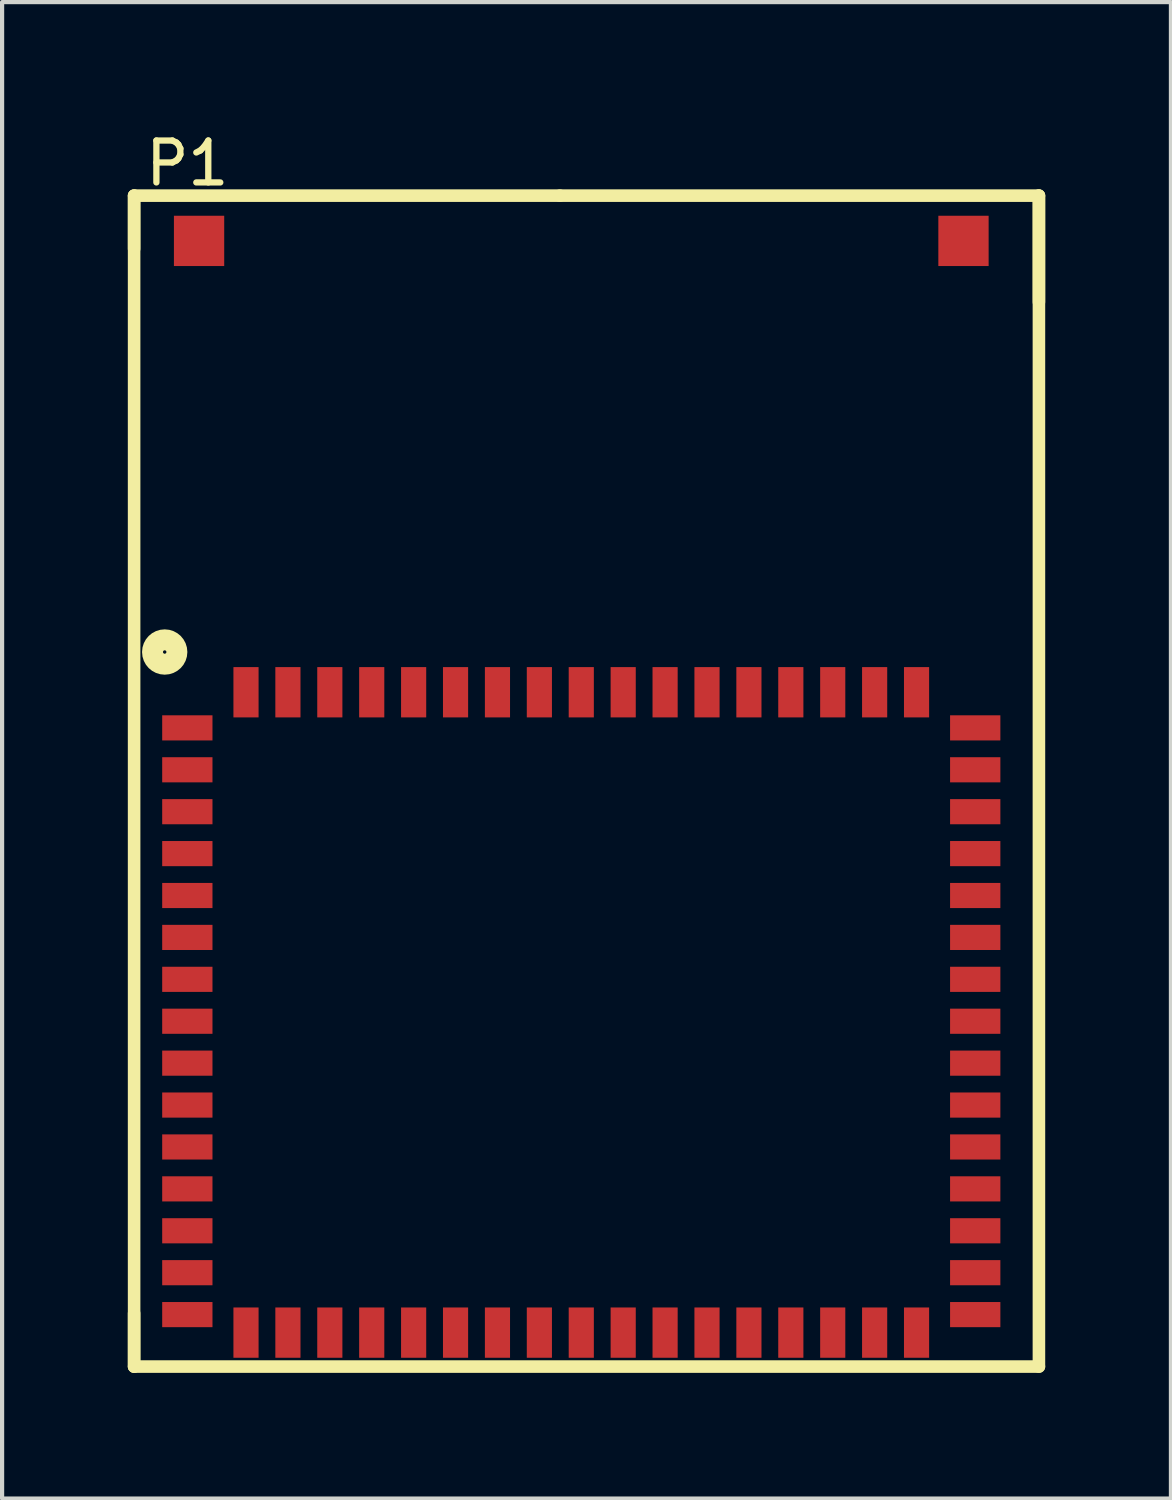
<source format=kicad_pcb>
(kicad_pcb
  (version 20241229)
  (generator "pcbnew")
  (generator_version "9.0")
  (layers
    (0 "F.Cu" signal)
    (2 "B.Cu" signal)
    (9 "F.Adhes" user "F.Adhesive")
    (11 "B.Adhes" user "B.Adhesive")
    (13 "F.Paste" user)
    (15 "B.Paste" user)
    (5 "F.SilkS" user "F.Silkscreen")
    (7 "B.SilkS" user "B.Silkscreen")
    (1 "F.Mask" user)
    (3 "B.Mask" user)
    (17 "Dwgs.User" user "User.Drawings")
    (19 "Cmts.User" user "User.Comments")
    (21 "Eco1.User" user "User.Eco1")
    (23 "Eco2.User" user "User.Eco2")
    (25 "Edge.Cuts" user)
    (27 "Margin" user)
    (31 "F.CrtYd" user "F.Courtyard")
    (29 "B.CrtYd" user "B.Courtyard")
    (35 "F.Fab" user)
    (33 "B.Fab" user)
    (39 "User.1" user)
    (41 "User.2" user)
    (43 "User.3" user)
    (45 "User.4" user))
  (footprint "P1"
    (layer "F.Cu")
    (at 1.42 14.318)
    (property "Reference" "P1" (at 0 -13.47 0) (layer "F.SilkS") (effects (font (size 1 1) (thickness 0.15))))
    (attr through_hole)
    (fp_line (start -1.27 -12.7) (end 8.89 -12.7) (stroke (width 0.3) (type solid)) (layer "F.SilkS"))
    (fp_line (start -1.27 -11.43) (end -1.27 -12.7) (stroke (width 0.3) (type solid)) (layer "F.SilkS"))
    (fp_line (start -1.27 15.24) (end -1.27 -12.7) (stroke (width 0.3) (type solid)) (layer "F.SilkS"))
    (fp_line (start -1.27 15.24) (end -1.27 13.97) (stroke (width 0.3) (type solid)) (layer "F.SilkS"))
    (fp_line (start 8.89 -12.7) (end 20.32 -12.7) (stroke (width 0.3) (type solid)) (layer "F.SilkS"))
    (fp_line (start 20.32 -12.7) (end 20.32 -10.16) (stroke (width 0.3) (type solid)) (layer "F.SilkS"))
    (fp_line (start 20.32 -12.7) (end 20.32 15.24) (stroke (width 0.3) (type solid)) (layer "F.SilkS"))
    (fp_line (start 20.32 15.24) (end -1.27 15.24) (stroke (width 0.3) (type solid)) (layer "F.SilkS"))
    (fp_circle (center -0.54 -1.81) (end -0.28 -1.68) (stroke (width 0.5) (type solid)) (fill no) (layer "F.SilkS"))
    (pad "1" smd rect (at 0 0) (size 1.2 0.6) (layers "F.Cu" "F.Mask" "F.Paste"))
    (pad "2" smd rect (at 0 1) (size 1.2 0.6) (layers "F.Cu" "F.Mask" "F.Paste"))
    (pad "3" smd rect (at 0 2) (size 1.2 0.6) (layers "F.Cu" "F.Mask" "F.Paste"))
    (pad "4" smd rect (at 0 3) (size 1.2 0.6) (layers "F.Cu" "F.Mask" "F.Paste"))
    (pad "5" smd rect (at 0 4) (size 1.2 0.6) (layers "F.Cu" "F.Mask" "F.Paste"))
    (pad "6" smd rect (at 0 5) (size 1.2 0.6) (layers "F.Cu" "F.Mask" "F.Paste"))
    (pad "7" smd rect (at 0 6) (size 1.2 0.6) (layers "F.Cu" "F.Mask" "F.Paste"))
    (pad "8" smd rect (at 0 7) (size 1.2 0.6) (layers "F.Cu" "F.Mask" "F.Paste"))
    (pad "9" smd rect (at 0 8) (size 1.2 0.6) (layers "F.Cu" "F.Mask" "F.Paste"))
    (pad "10" smd rect (at 0 9) (size 1.2 0.6) (layers "F.Cu" "F.Mask" "F.Paste"))
    (pad "11" smd rect (at 0 10) (size 1.2 0.6) (layers "F.Cu" "F.Mask" "F.Paste"))
    (pad "12" smd rect (at 0 11) (size 1.2 0.6) (layers "F.Cu" "F.Mask" "F.Paste"))
    (pad "13" smd rect (at 0 12) (size 1.2 0.6) (layers "F.Cu" "F.Mask" "F.Paste"))
    (pad "14" smd rect (at 0 13) (size 1.2 0.6) (layers "F.Cu" "F.Mask" "F.Paste"))
    (pad "15" smd rect (at 0 14) (size 1.2 0.6) (layers "F.Cu" "F.Mask" "F.Paste"))
    (pad "16" smd rect (at 1.4 14.43) (size 0.6 1.2) (layers "F.Cu" "F.Mask" "F.Paste"))
    (pad "17" smd rect (at 2.4 14.43) (size 0.6 1.2) (layers "F.Cu" "F.Mask" "F.Paste"))
    (pad "18" smd rect (at 3.4 14.43) (size 0.6 1.2) (layers "F.Cu" "F.Mask" "F.Paste"))
    (pad "19" smd rect (at 4.4 14.43) (size 0.6 1.2) (layers "F.Cu" "F.Mask" "F.Paste"))
    (pad "20" smd rect (at 5.4 14.43) (size 0.6 1.2) (layers "F.Cu" "F.Mask" "F.Paste"))
    (pad "21" smd rect (at 6.4 14.43) (size 0.6 1.2) (layers "F.Cu" "F.Mask" "F.Paste"))
    (pad "22" smd rect (at 7.4 14.43) (size 0.6 1.2) (layers "F.Cu" "F.Mask" "F.Paste"))
    (pad "23" smd rect (at 8.4 14.43) (size 0.6 1.2) (layers "F.Cu" "F.Mask" "F.Paste"))
    (pad "24" smd rect (at 9.4 14.43) (size 0.6 1.2) (layers "F.Cu" "F.Mask" "F.Paste"))
    (pad "25" smd rect (at 10.4 14.43) (size 0.6 1.2) (layers "F.Cu" "F.Mask" "F.Paste"))
    (pad "26" smd rect (at 11.4 14.43) (size 0.6 1.2) (layers "F.Cu" "F.Mask" "F.Paste"))
    (pad "27" smd rect (at 12.4 14.43) (size 0.6 1.2) (layers "F.Cu" "F.Mask" "F.Paste"))
    (pad "28" smd rect (at 13.4 14.43) (size 0.6 1.2) (layers "F.Cu" "F.Mask" "F.Paste"))
    (pad "29" smd rect (at 14.4 14.43) (size 0.6 1.2) (layers "F.Cu" "F.Mask" "F.Paste"))
    (pad "30" smd rect (at 15.4 14.43) (size 0.6 1.2) (layers "F.Cu" "F.Mask" "F.Paste"))
    (pad "31" smd rect (at 16.4 14.43) (size 0.6 1.2) (layers "F.Cu" "F.Mask" "F.Paste"))
    (pad "32" smd rect (at 17.4 14.43) (size 0.6 1.2) (layers "F.Cu" "F.Mask" "F.Paste"))
    (pad "33" smd rect (at 18.8 14) (size 1.2 0.6) (layers "F.Cu" "F.Mask" "F.Paste"))
    (pad "34" smd rect (at 18.8 13) (size 1.2 0.6) (layers "F.Cu" "F.Mask" "F.Paste"))
    (pad "35" smd rect (at 18.8 12) (size 1.2 0.6) (layers "F.Cu" "F.Mask" "F.Paste"))
    (pad "36" smd rect (at 18.8 11) (size 1.2 0.6) (layers "F.Cu" "F.Mask" "F.Paste"))
    (pad "37" smd rect (at 18.8 10) (size 1.2 0.6) (layers "F.Cu" "F.Mask" "F.Paste"))
    (pad "38" smd rect (at 18.8 9) (size 1.2 0.6) (layers "F.Cu" "F.Mask" "F.Paste"))
    (pad "39" smd rect (at 18.8 8) (size 1.2 0.6) (layers "F.Cu" "F.Mask" "F.Paste"))
    (pad "40" smd rect (at 18.8 7) (size 1.2 0.6) (layers "F.Cu" "F.Mask" "F.Paste"))
    (pad "41" smd rect (at 18.8 6) (size 1.2 0.6) (layers "F.Cu" "F.Mask" "F.Paste"))
    (pad "42" smd rect (at 18.8 5) (size 1.2 0.6) (layers "F.Cu" "F.Mask" "F.Paste"))
    (pad "43" smd rect (at 18.8 4) (size 1.2 0.6) (layers "F.Cu" "F.Mask" "F.Paste"))
    (pad "44" smd rect (at 18.8 3) (size 1.2 0.6) (layers "F.Cu" "F.Mask" "F.Paste"))
    (pad "45" smd rect (at 18.8 2) (size 1.2 0.6) (layers "F.Cu" "F.Mask" "F.Paste"))
    (pad "46" smd rect (at 18.8 1) (size 1.2 0.6) (layers "F.Cu" "F.Mask" "F.Paste"))
    (pad "47" smd rect (at 18.8 0) (size 1.2 0.6) (layers "F.Cu" "F.Mask" "F.Paste"))
    (pad "48" smd rect (at 17.4 -0.85) (size 0.6 1.2) (layers "F.Cu" "F.Mask" "F.Paste"))
    (pad "49" smd rect (at 16.4 -0.85) (size 0.6 1.2) (layers "F.Cu" "F.Mask" "F.Paste"))
    (pad "50" smd rect (at 15.4 -0.85) (size 0.6 1.2) (layers "F.Cu" "F.Mask" "F.Paste"))
    (pad "51" smd rect (at 14.4 -0.85) (size 0.6 1.2) (layers "F.Cu" "F.Mask" "F.Paste"))
    (pad "52" smd rect (at 13.4 -0.85) (size 0.6 1.2) (layers "F.Cu" "F.Mask" "F.Paste"))
    (pad "53" smd rect (at 12.4 -0.85) (size 0.6 1.2) (layers "F.Cu" "F.Mask" "F.Paste"))
    (pad "54" smd rect (at 11.4 -0.85) (size 0.6 1.2) (layers "F.Cu" "F.Mask" "F.Paste"))
    (pad "55" smd rect (at 10.4 -0.85) (size 0.6 1.2) (layers "F.Cu" "F.Mask" "F.Paste"))
    (pad "56" smd rect (at 9.4 -0.85) (size 0.6 1.2) (layers "F.Cu" "F.Mask" "F.Paste"))
    (pad "57" smd rect (at 8.4 -0.85) (size 0.6 1.2) (layers "F.Cu" "F.Mask" "F.Paste"))
    (pad "58" smd rect (at 7.4 -0.85) (size 0.6 1.2) (layers "F.Cu" "F.Mask" "F.Paste"))
    (pad "59" smd rect (at 6.4 -0.85) (size 0.6 1.2) (layers "F.Cu" "F.Mask" "F.Paste"))
    (pad "60" smd rect (at 5.4 -0.85) (size 0.6 1.2) (layers "F.Cu" "F.Mask" "F.Paste"))
    (pad "61" smd rect (at 4.4 -0.85) (size 0.6 1.2) (layers "F.Cu" "F.Mask" "F.Paste"))
    (pad "62" smd rect (at 3.4 -0.85) (size 0.6 1.2) (layers "F.Cu" "F.Mask" "F.Paste"))
    (pad "63" smd rect (at 2.4 -0.85) (size 0.6 1.2) (layers "F.Cu" "F.Mask" "F.Paste"))
    (pad "64" smd rect (at 1.4 -0.85) (size 0.6 1.2) (layers "F.Cu" "F.Mask" "F.Paste"))
    (pad "64" smd rect (at 18.52 -11.62) (size 1.2 1.2) (layers "F.Cu" "F.Mask" "F.Paste"))
    (pad "65" smd rect (at 0.28 -11.62) (size 1.2 1.2) (layers "F.Cu" "F.Mask" "F.Paste")))
  (gr_rect
    (start -3 -3)
    (end 24.89 32.708)
    (stroke (width 0.1) (type default))
    (fill no)
    (layer "Edge.Cuts")))
</source>
